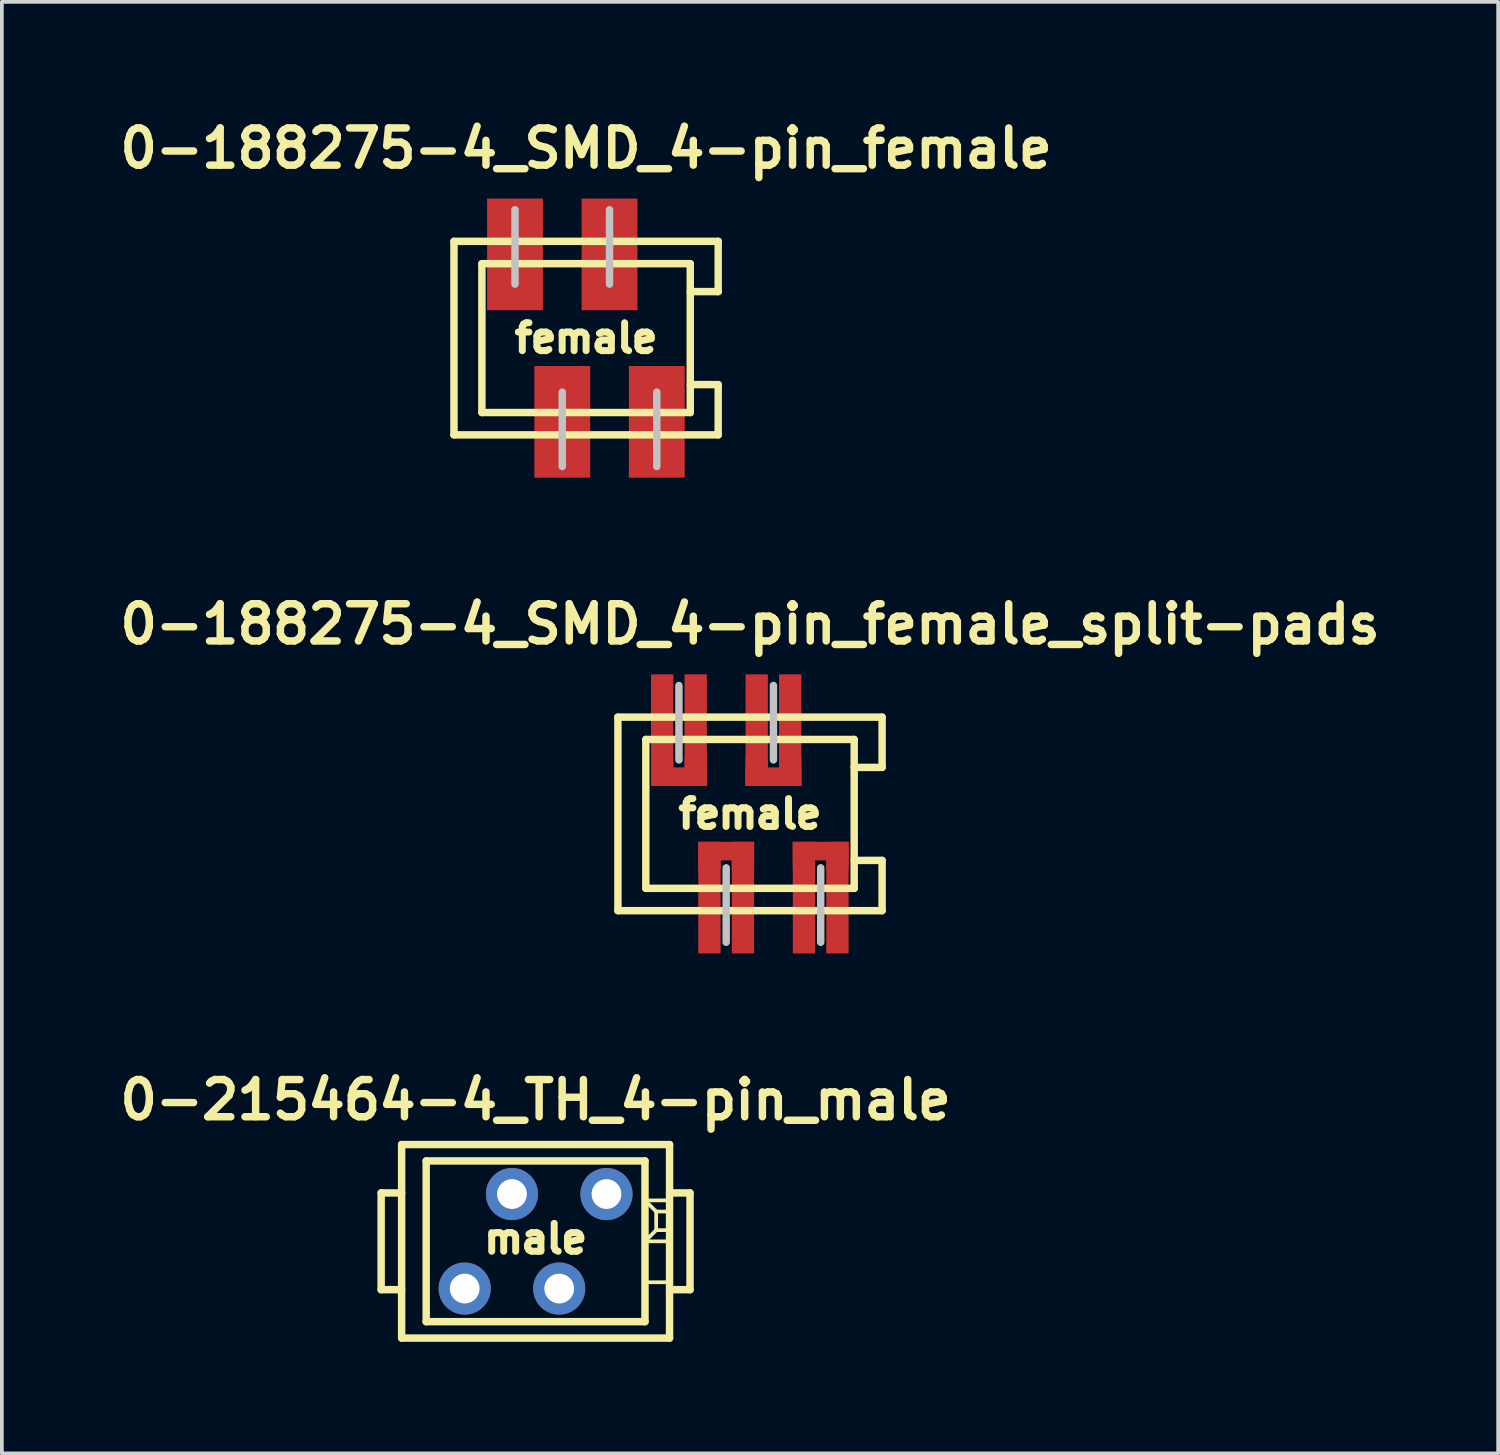
<source format=kicad_pcb>
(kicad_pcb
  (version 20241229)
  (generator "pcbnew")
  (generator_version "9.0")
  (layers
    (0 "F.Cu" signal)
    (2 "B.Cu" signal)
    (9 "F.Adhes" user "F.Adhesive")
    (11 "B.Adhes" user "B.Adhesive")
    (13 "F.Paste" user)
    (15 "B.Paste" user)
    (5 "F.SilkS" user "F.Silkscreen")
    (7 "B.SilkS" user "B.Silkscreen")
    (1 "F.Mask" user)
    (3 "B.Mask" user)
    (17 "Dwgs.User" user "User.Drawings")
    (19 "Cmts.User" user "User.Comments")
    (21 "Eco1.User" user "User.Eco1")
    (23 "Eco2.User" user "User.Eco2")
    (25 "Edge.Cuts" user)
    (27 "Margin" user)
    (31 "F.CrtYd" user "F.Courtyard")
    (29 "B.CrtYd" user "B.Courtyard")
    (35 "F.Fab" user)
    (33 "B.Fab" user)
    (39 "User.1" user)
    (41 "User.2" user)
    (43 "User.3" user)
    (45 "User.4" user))
  (footprint "0-215464-4_TH_4-pin_male"
    (layer "F.Cu")
    (at 11.343 30.308)
    (property "Reference" "0-215464-4_TH_4-pin_male" (at 0 -3.8 0) (layer "F.SilkS") (effects (font (size 1 1) (thickness 0.2))))
    (attr through_hole)
    (fp_line (start -4.15 -1.3) (end -4.15 1.3) (stroke (width 0.2) (type solid)) (layer "F.SilkS"))
    (fp_line (start -4.15 1.3) (end -3.6 1.3) (stroke (width 0.2) (type solid)) (layer "F.SilkS"))
    (fp_line (start -3.6 -2.6) (end 3.6 -2.6) (stroke (width 0.2) (type solid)) (layer "F.SilkS"))
    (fp_line (start -3.6 -1.3) (end -4.15 -1.3) (stroke (width 0.2) (type solid)) (layer "F.SilkS"))
    (fp_line (start -3.6 2.6) (end -3.6 -2.6) (stroke (width 0.2) (type solid)) (layer "F.SilkS"))
    (fp_line (start -2.94 -2.16) (end 2.94 -2.16) (stroke (width 0.2) (type solid)) (layer "F.SilkS"))
    (fp_line (start -2.94 2.16) (end -2.94 -2.16) (stroke (width 0.2) (type solid)) (layer "F.SilkS"))
    (fp_line (start 2.94 -2.16) (end 2.94 2.16) (stroke (width 0.2) (type solid)) (layer "F.SilkS"))
    (fp_line (start 2.94 -1.1) (end 3.24 -0.8) (stroke (width 0.1) (type solid)) (layer "F.SilkS"))
    (fp_line (start 2.94 -1.1) (end 3.6 -1.1) (stroke (width 0.1) (type solid)) (layer "F.SilkS"))
    (fp_line (start 2.94 0) (end 3.24 -0.3) (stroke (width 0.1) (type solid)) (layer "F.SilkS"))
    (fp_line (start 2.94 0) (end 3.6 0) (stroke (width 0.1) (type solid)) (layer "F.SilkS"))
    (fp_line (start 2.94 1.1) (end 3.6 1.1) (stroke (width 0.1) (type solid)) (layer "F.SilkS"))
    (fp_line (start 2.94 2.16) (end -2.94 2.16) (stroke (width 0.2) (type solid)) (layer "F.SilkS"))
    (fp_line (start 3.24 -0.8) (end 3.6 -0.8) (stroke (width 0.1) (type solid)) (layer "F.SilkS"))
    (fp_line (start 3.24 -0.3) (end 3.24 -0.8) (stroke (width 0.1) (type solid)) (layer "F.SilkS"))
    (fp_line (start 3.24 -0.3) (end 3.6 -0.3) (stroke (width 0.1) (type solid)) (layer "F.SilkS"))
    (fp_line (start 3.6 -2.6) (end 3.6 2.6) (stroke (width 0.2) (type solid)) (layer "F.SilkS"))
    (fp_line (start 3.6 -1.3) (end 4.15 -1.3) (stroke (width 0.2) (type solid)) (layer "F.SilkS"))
    (fp_line (start 3.6 2.6) (end -3.6 2.6) (stroke (width 0.2) (type solid)) (layer "F.SilkS"))
    (fp_line (start 4.15 -1.3) (end 4.15 1.3) (stroke (width 0.2) (type solid)) (layer "F.SilkS"))
    (fp_line (start 4.15 1.3) (end 3.6 1.3) (stroke (width 0.2) (type solid)) (layer "F.SilkS"))
    (fp_text user "male" (at 0 -0.07 0) (layer "F.SilkS") (effects (font (size 0.75 0.75) (thickness 0.188))))
    (pad "1" thru_hole circle (at 1.905 -1.27) (size 1.4 1.4) (drill 0.8) (layers "*.Cu" "*.Mask"))
    (pad "2" thru_hole circle (at 0.635 1.27) (size 1.4 1.4) (drill 0.8) (layers "*.Cu" "*.Mask"))
    (pad "3" thru_hole circle (at -0.635 -1.27) (size 1.4 1.4) (drill 0.8) (layers "*.Cu" "*.Mask"))
    (pad "4" thru_hole circle (at -1.905 1.27) (size 1.4 1.4) (drill 0.8) (layers "*.Cu" "*.Mask")))
  (footprint "0-188275-4_SMD_4-pin_female"
    (layer "F.Cu")
    (at 12.7 6.036)
    (property "Reference" "0-188275-4_SMD_4-pin_female" (at 0 -5.1 0) (layer "F.SilkS") (effects (font (size 1 1) (thickness 0.2))))
    (attr through_hole)
    (fp_line (start -3.55 -2.6) (end -3.55 2.6) (stroke (width 0.2) (type solid)) (layer "F.SilkS"))
    (fp_line (start -3.55 2.6) (end 3.55 2.6) (stroke (width 0.2) (type solid)) (layer "F.SilkS"))
    (fp_line (start -2.8 -2) (end 2.8 -2) (stroke (width 0.2) (type solid)) (layer "F.SilkS"))
    (fp_line (start -2.8 2) (end -2.8 -2) (stroke (width 0.2) (type solid)) (layer "F.SilkS"))
    (fp_line (start 2.8 -2) (end 2.8 2) (stroke (width 0.2) (type solid)) (layer "F.SilkS"))
    (fp_line (start 2.8 -1.25) (end 3.55 -1.25) (stroke (width 0.2) (type solid)) (layer "F.SilkS"))
    (fp_line (start 2.8 2) (end -2.8 2) (stroke (width 0.2) (type solid)) (layer "F.SilkS"))
    (fp_line (start 3.55 -2.6) (end -3.55 -2.6) (stroke (width 0.2) (type solid)) (layer "F.SilkS"))
    (fp_line (start 3.55 -1.25) (end 3.55 -2.6) (stroke (width 0.2) (type solid)) (layer "F.SilkS"))
    (fp_line (start 3.55 1.25) (end 2.8 1.25) (stroke (width 0.2) (type solid)) (layer "F.SilkS"))
    (fp_line (start 3.55 2.6) (end 3.55 1.25) (stroke (width 0.2) (type solid)) (layer "F.SilkS"))
    (fp_line (start -1.91 -3.45) (end -1.91 -1.45) (stroke (width 0.2) (type solid)) (layer "Dwgs.User"))
    (fp_line (start -0.64 3.45) (end -0.64 1.45) (stroke (width 0.2) (type solid)) (layer "Dwgs.User"))
    (fp_line (start 0.63 -3.45) (end 0.63 -1.45) (stroke (width 0.2) (type solid)) (layer "Dwgs.User"))
    (fp_line (start 1.9 1.45) (end 1.9 3.45) (stroke (width 0.2) (type solid)) (layer "Dwgs.User"))
    (fp_text user "female" (at 0 0 0) (layer "F.SilkS") (effects (font (size 0.75 0.75) (thickness 0.188))))
    (pad "1" smd rect (at 1.9 2.25) (size 1.5 3) (layers "F.Cu" "F.Mask" "F.Paste"))
    (pad "2" smd rect (at 0.63 -2.25) (size 1.5 3) (layers "F.Cu" "F.Mask" "F.Paste"))
    (pad "3" smd rect (at -0.64 2.25) (size 1.5 3) (layers "F.Cu" "F.Mask" "F.Paste"))
    (pad "4" smd rect (at -1.91 -2.25) (size 1.5 3) (layers "F.Cu" "F.Mask" "F.Paste")))
  (footprint "0-188275-4_SMD_4-pin_female_split-pads"
    (layer "F.Cu")
    (at 17.105 18.822)
    (property "Reference" "0-188275-4_SMD_4-pin_female_split-pads" (at 0 -5.1 0) (layer "F.SilkS") (effects (font (size 1 1) (thickness 0.2))))
    (attr through_hole)
    (fp_line (start -3.55 -2.6) (end -3.55 2.6) (stroke (width 0.2) (type solid)) (layer "F.SilkS"))
    (fp_line (start -3.55 2.6) (end 3.55 2.6) (stroke (width 0.2) (type solid)) (layer "F.SilkS"))
    (fp_line (start -2.8 -2) (end 2.8 -2) (stroke (width 0.2) (type solid)) (layer "F.SilkS"))
    (fp_line (start -2.8 2) (end -2.8 -2) (stroke (width 0.2) (type solid)) (layer "F.SilkS"))
    (fp_line (start 2.8 -2) (end 2.8 2) (stroke (width 0.2) (type solid)) (layer "F.SilkS"))
    (fp_line (start 2.8 -1.25) (end 3.55 -1.25) (stroke (width 0.2) (type solid)) (layer "F.SilkS"))
    (fp_line (start 2.8 2) (end -2.8 2) (stroke (width 0.2) (type solid)) (layer "F.SilkS"))
    (fp_line (start 3.55 -2.6) (end -3.55 -2.6) (stroke (width 0.2) (type solid)) (layer "F.SilkS"))
    (fp_line (start 3.55 -1.25) (end 3.55 -2.6) (stroke (width 0.2) (type solid)) (layer "F.SilkS"))
    (fp_line (start 3.55 1.25) (end 2.8 1.25) (stroke (width 0.2) (type solid)) (layer "F.SilkS"))
    (fp_line (start 3.55 2.6) (end 3.55 1.25) (stroke (width 0.2) (type solid)) (layer "F.SilkS"))
    (fp_line (start -1.91 -3.45) (end -1.91 -1.45) (stroke (width 0.2) (type solid)) (layer "Dwgs.User"))
    (fp_line (start -0.64 3.45) (end -0.64 1.45) (stroke (width 0.2) (type solid)) (layer "Dwgs.User"))
    (fp_line (start 0.63 -3.45) (end 0.63 -1.45) (stroke (width 0.2) (type solid)) (layer "Dwgs.User"))
    (fp_line (start 1.9 1.45) (end 1.9 3.45) (stroke (width 0.2) (type solid)) (layer "Dwgs.User"))
    (fp_text user "female" (at 0 0 0) (layer "F.SilkS") (effects (font (size 0.75 0.75) (thickness 0.188))))
    (pad "" smd rect (at -1.91 -2.25) (size 1.5 3) (layers "F.Mask"))
    (pad "" smd rect (at -0.64 2.25) (size 1.5 3) (layers "F.Mask"))
    (pad "" smd rect (at 0.63 -2.25) (size 1.5 3) (layers "F.Mask"))
    (pad "" smd rect (at 1.9 2.25) (size 1.5 3) (layers "F.Mask"))
    (pad "1" smd rect (at 1.45 1.13) (size 0.6 0.75) (layers "F.Cu" "F.Mask" "F.Paste"))
    (pad "1" smd rect (at 1.45 2.25) (size 0.6 3) (layers "F.Cu" "F.Mask" "F.Paste"))
    (pad "1" smd rect (at 1.9 1) (size 1.5 0.5) (layers "F.Cu" "F.Mask" "F.Paste"))
    (pad "1" smd rect (at 2.35 1.13) (size 0.6 0.75) (layers "F.Cu" "F.Mask" "F.Paste"))
    (pad "1" smd rect (at 2.35 2.25) (size 0.6 3) (layers "F.Cu" "F.Mask" "F.Paste"))
    (pad "2" smd rect (at 0.18 -2.25) (size 0.6 3) (layers "F.Cu" "F.Mask" "F.Paste"))
    (pad "2" smd rect (at 0.18 -1.13) (size 0.6 0.75) (layers "F.Cu" "F.Mask" "F.Paste"))
    (pad "2" smd rect (at 0.63 -1) (size 1.5 0.5) (layers "F.Cu" "F.Mask" "F.Paste"))
    (pad "2" smd rect (at 1.08 -2.25) (size 0.6 3) (layers "F.Cu" "F.Mask" "F.Paste"))
    (pad "2" smd rect (at 1.08 -1.13) (size 0.6 0.75) (layers "F.Cu" "F.Mask" "F.Paste"))
    (pad "3" smd rect (at -1.09 1.13) (size 0.6 0.75) (layers "F.Cu" "F.Mask" "F.Paste"))
    (pad "3" smd rect (at -1.09 2.25) (size 0.6 3) (layers "F.Cu" "F.Mask" "F.Paste"))
    (pad "3" smd rect (at -0.64 1) (size 1.5 0.5) (layers "F.Cu" "F.Mask" "F.Paste"))
    (pad "3" smd rect (at -0.19 1.13) (size 0.6 0.75) (layers "F.Cu" "F.Mask" "F.Paste"))
    (pad "3" smd rect (at -0.19 2.25) (size 0.6 3) (layers "F.Cu" "F.Mask" "F.Paste"))
    (pad "4" smd rect (at -2.36 -2.25) (size 0.6 3) (layers "F.Cu" "F.Mask" "F.Paste"))
    (pad "4" smd rect (at -2.36 -1.13) (size 0.6 0.75) (layers "F.Cu" "F.Mask" "F.Paste"))
    (pad "4" smd rect (at -1.91 -1) (size 1.5 0.5) (layers "F.Cu" "F.Mask" "F.Paste"))
    (pad "4" smd rect (at -1.46 -2.25) (size 0.6 3) (layers "F.Cu" "F.Mask" "F.Paste"))
    (pad "4" smd rect (at -1.46 -1.13) (size 0.6 0.75) (layers "F.Cu" "F.Mask" "F.Paste")))
  (gr_rect
    (start -3 -3)
    (end 37.21 36.008)
    (stroke (width 0.1) (type default))
    (fill no)
    (layer "Edge.Cuts")))
</source>
